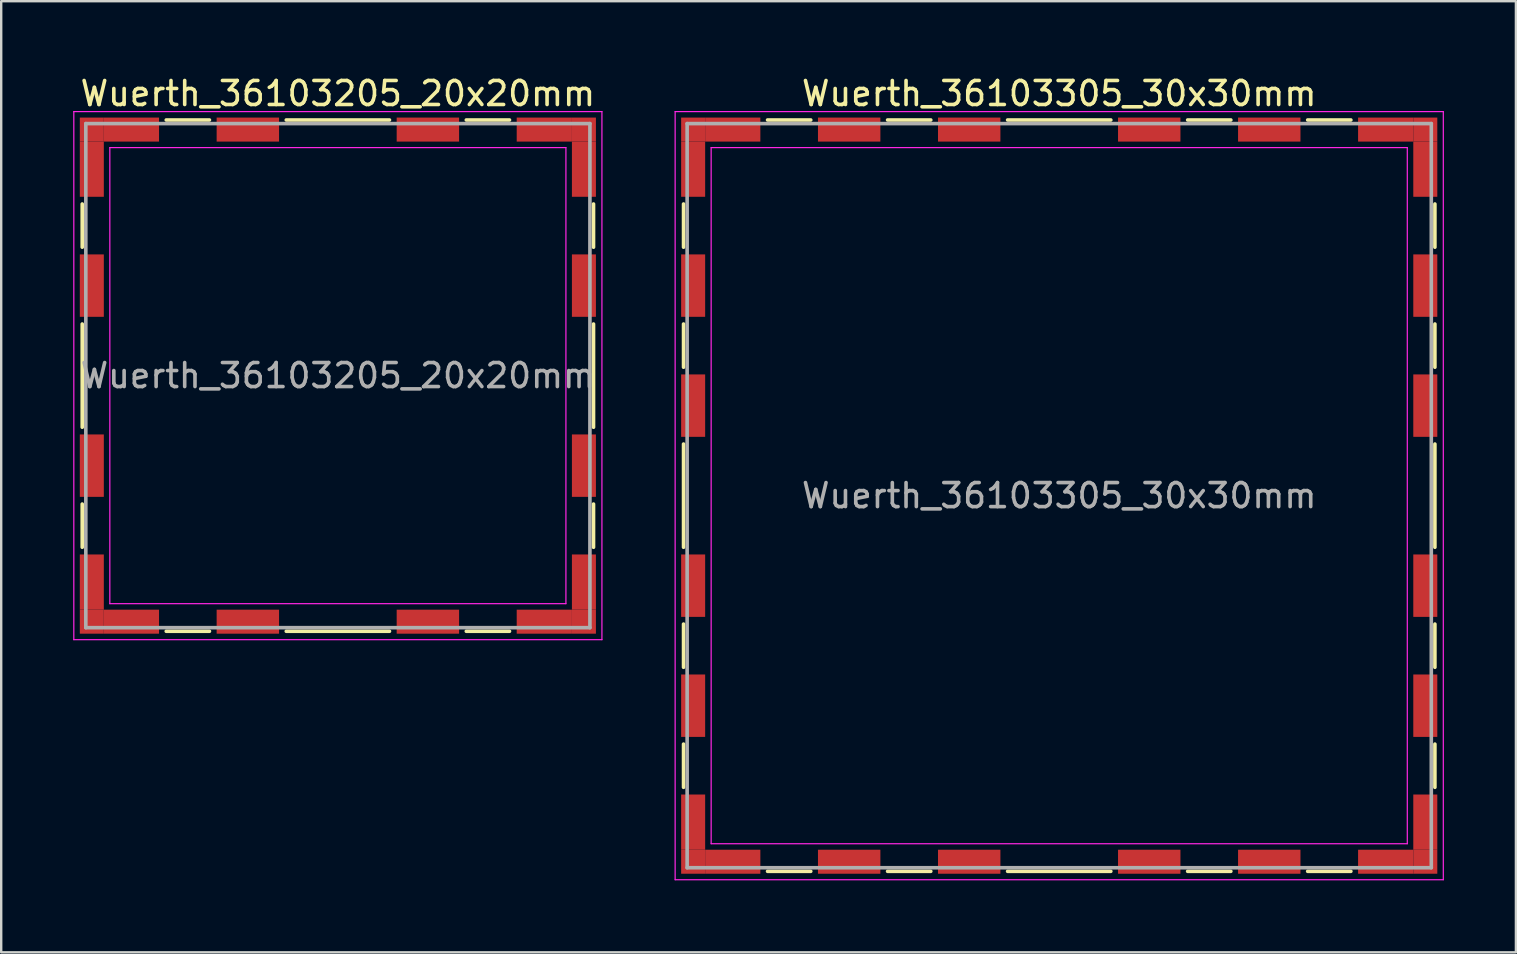
<source format=kicad_pcb>
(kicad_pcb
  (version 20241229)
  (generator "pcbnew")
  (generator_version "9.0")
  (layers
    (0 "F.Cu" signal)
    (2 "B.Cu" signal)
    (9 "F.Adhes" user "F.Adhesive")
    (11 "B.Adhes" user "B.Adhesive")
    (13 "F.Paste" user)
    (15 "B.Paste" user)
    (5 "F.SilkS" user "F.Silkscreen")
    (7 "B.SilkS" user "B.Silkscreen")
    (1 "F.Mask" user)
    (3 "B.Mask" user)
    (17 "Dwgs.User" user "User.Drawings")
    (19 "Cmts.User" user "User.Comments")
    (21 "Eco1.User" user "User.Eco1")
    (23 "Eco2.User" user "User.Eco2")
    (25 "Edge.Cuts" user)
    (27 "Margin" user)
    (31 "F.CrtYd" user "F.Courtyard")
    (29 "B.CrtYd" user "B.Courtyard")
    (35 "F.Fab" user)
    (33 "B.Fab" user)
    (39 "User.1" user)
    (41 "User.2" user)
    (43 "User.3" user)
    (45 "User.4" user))
  (footprint "Wuerth_36103305_30x30mm"
    (layer "F.Cu")
    (at 41.075 17.598)
    (property "Reference" "Wuerth_36103305_30x30mm" (at 0 -16.75 0) (layer "F.SilkS") (effects (font (size 1 1) (thickness 0.15))))
    (attr smd)
    (fp_line (start -15.65 -12.15) (end -15.65 -10.35) (stroke (width 0.15) (type solid)) (layer "F.SilkS"))
    (fp_line (start -15.65 -7.15) (end -15.65 -5.35) (stroke (width 0.15) (type solid)) (layer "F.SilkS"))
    (fp_line (start -15.65 -2.15) (end -15.65 2.15) (stroke (width 0.15) (type solid)) (layer "F.SilkS"))
    (fp_line (start -15.65 5.35) (end -15.65 7.15) (stroke (width 0.15) (type solid)) (layer "F.SilkS"))
    (fp_line (start -15.65 10.35) (end -15.65 12.15) (stroke (width 0.15) (type solid)) (layer "F.SilkS"))
    (fp_line (start -12.15 -15.65) (end -10.35 -15.65) (stroke (width 0.15) (type solid)) (layer "F.SilkS"))
    (fp_line (start -12.15 15.65) (end -10.35 15.65) (stroke (width 0.15) (type solid)) (layer "F.SilkS"))
    (fp_line (start -7.15 -15.65) (end -5.35 -15.65) (stroke (width 0.15) (type solid)) (layer "F.SilkS"))
    (fp_line (start -7.15 15.65) (end -5.35 15.65) (stroke (width 0.15) (type solid)) (layer "F.SilkS"))
    (fp_line (start -2.15 -15.65) (end 2.15 -15.65) (stroke (width 0.15) (type solid)) (layer "F.SilkS"))
    (fp_line (start -2.15 15.65) (end 2.15 15.65) (stroke (width 0.15) (type solid)) (layer "F.SilkS"))
    (fp_line (start 5.35 -15.65) (end 7.15 -15.65) (stroke (width 0.15) (type solid)) (layer "F.SilkS"))
    (fp_line (start 5.35 15.65) (end 7.15 15.65) (stroke (width 0.15) (type solid)) (layer "F.SilkS"))
    (fp_line (start 10.35 -15.65) (end 12.15 -15.65) (stroke (width 0.15) (type solid)) (layer "F.SilkS"))
    (fp_line (start 10.35 15.65) (end 12.15 15.65) (stroke (width 0.15) (type solid)) (layer "F.SilkS"))
    (fp_line (start 15.65 -12.15) (end 15.65 -10.35) (stroke (width 0.15) (type solid)) (layer "F.SilkS"))
    (fp_line (start 15.65 -7.15) (end 15.65 -5.35) (stroke (width 0.15) (type solid)) (layer "F.SilkS"))
    (fp_line (start 15.65 -2.15) (end 15.65 2.15) (stroke (width 0.15) (type solid)) (layer "F.SilkS"))
    (fp_line (start 15.65 5.35) (end 15.65 7.15) (stroke (width 0.15) (type solid)) (layer "F.SilkS"))
    (fp_line (start 15.65 10.35) (end 15.65 12.15) (stroke (width 0.15) (type solid)) (layer "F.SilkS"))
    (fp_line (start -16 -16) (end -16 16) (stroke (width 0.05) (type solid)) (layer "F.CrtYd"))
    (fp_line (start -16 16) (end 16 16) (stroke (width 0.05) (type solid)) (layer "F.CrtYd"))
    (fp_line (start -14.5 -14.5) (end -14.5 14.5) (stroke (width 0.05) (type solid)) (layer "F.CrtYd"))
    (fp_line (start -14.5 14.5) (end 14.5 14.5) (stroke (width 0.05) (type solid)) (layer "F.CrtYd"))
    (fp_line (start 14.5 -14.5) (end -14.5 -14.5) (stroke (width 0.05) (type solid)) (layer "F.CrtYd"))
    (fp_line (start 14.5 14.5) (end 14.5 -14.5) (stroke (width 0.05) (type solid)) (layer "F.CrtYd"))
    (fp_line (start 16 -16) (end -16 -16) (stroke (width 0.05) (type solid)) (layer "F.CrtYd"))
    (fp_line (start 16 16) (end 16 -16) (stroke (width 0.05) (type solid)) (layer "F.CrtYd"))
    (fp_line (start -15.5 -15.5) (end -15.5 15.5) (stroke (width 0.15) (type solid)) (layer "F.Fab"))
    (fp_line (start -15.5 15.5) (end 15.5 15.5) (stroke (width 0.15) (type solid)) (layer "F.Fab"))
    (fp_line (start 15.5 -15.5) (end -15.5 -15.5) (stroke (width 0.15) (type solid)) (layer "F.Fab"))
    (fp_line (start 15.5 15.5) (end 15.5 -15.5) (stroke (width 0.15) (type solid)) (layer "F.Fab"))
    (fp_text user "${REFERENCE}" (at 0 0 0) (layer "F.Fab") (effects (font (size 1 1) (thickness 0.15))))
    (pad "1" smd rect (at -15.25 -15.25) (size 1 1) (layers "F.Cu" "F.Mask"))
    (pad "1" smd rect (at -15.25 -13.6) (size 1 2.3) (layers "F.Cu" "F.Mask"))
    (pad "1" smd rect (at -15.25 -8.75) (size 1 2.6) (layers "F.Cu" "F.Mask"))
    (pad "1" smd rect (at -15.25 -3.75) (size 1 2.6) (layers "F.Cu" "F.Mask"))
    (pad "1" smd rect (at -15.25 3.75) (size 1 2.6) (layers "F.Cu" "F.Mask"))
    (pad "1" smd rect (at -15.25 8.75) (size 1 2.6) (layers "F.Cu" "F.Mask"))
    (pad "1" smd rect (at -15.25 13.6) (size 1 2.3) (layers "F.Cu" "F.Mask"))
    (pad "1" smd rect (at -15.25 15.25) (size 1 1) (layers "F.Cu" "F.Mask"))
    (pad "1" smd rect (at -13.6 -15.25) (size 2.3 1) (layers "F.Cu" "F.Mask"))
    (pad "1" smd rect (at -13.6 15.25) (size 2.3 1) (layers "F.Cu" "F.Mask"))
    (pad "1" smd rect (at -8.75 -15.25) (size 2.6 1) (layers "F.Cu" "F.Mask"))
    (pad "1" smd rect (at -8.75 15.25) (size 2.6 1) (layers "F.Cu" "F.Mask"))
    (pad "1" smd rect (at -3.75 -15.25) (size 2.6 1) (layers "F.Cu" "F.Mask"))
    (pad "1" smd rect (at -3.75 15.25) (size 2.6 1) (layers "F.Cu" "F.Mask"))
    (pad "1" smd rect (at 3.75 -15.25) (size 2.6 1) (layers "F.Cu" "F.Mask"))
    (pad "1" smd rect (at 3.75 15.25) (size 2.6 1) (layers "F.Cu" "F.Mask"))
    (pad "1" smd rect (at 8.75 -15.25) (size 2.6 1) (layers "F.Cu" "F.Mask"))
    (pad "1" smd rect (at 8.75 15.25) (size 2.6 1) (layers "F.Cu" "F.Mask"))
    (pad "1" smd rect (at 13.6 -15.25) (size 2.3 1) (layers "F.Cu" "F.Mask"))
    (pad "1" smd rect (at 13.6 15.25) (size 2.3 1) (layers "F.Cu" "F.Mask"))
    (pad "1" smd rect (at 15.25 -15.25) (size 1 1) (layers "F.Cu" "F.Mask"))
    (pad "1" smd rect (at 15.25 -13.6) (size 1 2.3) (layers "F.Cu" "F.Mask"))
    (pad "1" smd rect (at 15.25 -8.75) (size 1 2.6) (layers "F.Cu" "F.Mask"))
    (pad "1" smd rect (at 15.25 -3.75) (size 1 2.6) (layers "F.Cu" "F.Mask"))
    (pad "1" smd rect (at 15.25 3.75) (size 1 2.6) (layers "F.Cu" "F.Mask"))
    (pad "1" smd rect (at 15.25 8.75) (size 1 2.6) (layers "F.Cu" "F.Mask"))
    (pad "1" smd rect (at 15.25 13.6) (size 1 2.3) (layers "F.Cu" "F.Mask"))
    (pad "1" smd rect (at 15.25 15.25) (size 1 1) (layers "F.Cu" "F.Mask")))
  (footprint "Wuerth_36103205_20x20mm"
    (layer "F.Cu")
    (at 11.025 12.598)
    (property "Reference" "Wuerth_36103205_20x20mm" (at 0 -11.75 0) (layer "F.SilkS") (effects (font (size 1 1) (thickness 0.15))))
    (attr smd)
    (fp_line (start -10.65 -7.15) (end -10.65 -5.35) (stroke (width 0.15) (type solid)) (layer "F.SilkS"))
    (fp_line (start -10.65 -2.15) (end -10.65 2.15) (stroke (width 0.15) (type solid)) (layer "F.SilkS"))
    (fp_line (start -10.65 5.35) (end -10.65 7.15) (stroke (width 0.15) (type solid)) (layer "F.SilkS"))
    (fp_line (start -7.15 -10.65) (end -5.35 -10.65) (stroke (width 0.15) (type solid)) (layer "F.SilkS"))
    (fp_line (start -7.15 10.65) (end -5.35 10.65) (stroke (width 0.15) (type solid)) (layer "F.SilkS"))
    (fp_line (start -2.15 -10.65) (end 2.15 -10.65) (stroke (width 0.15) (type solid)) (layer "F.SilkS"))
    (fp_line (start -2.15 10.65) (end 2.15 10.65) (stroke (width 0.15) (type solid)) (layer "F.SilkS"))
    (fp_line (start 5.35 -10.65) (end 7.15 -10.65) (stroke (width 0.15) (type solid)) (layer "F.SilkS"))
    (fp_line (start 5.35 10.65) (end 7.15 10.65) (stroke (width 0.15) (type solid)) (layer "F.SilkS"))
    (fp_line (start 10.65 -7.15) (end 10.65 -5.35) (stroke (width 0.15) (type solid)) (layer "F.SilkS"))
    (fp_line (start 10.65 -2.15) (end 10.65 2.15) (stroke (width 0.15) (type solid)) (layer "F.SilkS"))
    (fp_line (start 10.65 5.35) (end 10.65 7.15) (stroke (width 0.15) (type solid)) (layer "F.SilkS"))
    (fp_line (start -11 -11) (end -11 11) (stroke (width 0.05) (type solid)) (layer "F.CrtYd"))
    (fp_line (start -11 11) (end 11 11) (stroke (width 0.05) (type solid)) (layer "F.CrtYd"))
    (fp_line (start -9.5 -9.5) (end -9.5 9.5) (stroke (width 0.05) (type solid)) (layer "F.CrtYd"))
    (fp_line (start -9.5 9.5) (end 9.5 9.5) (stroke (width 0.05) (type solid)) (layer "F.CrtYd"))
    (fp_line (start 9.5 -9.5) (end -9.5 -9.5) (stroke (width 0.05) (type solid)) (layer "F.CrtYd"))
    (fp_line (start 9.5 9.5) (end 9.5 -9.5) (stroke (width 0.05) (type solid)) (layer "F.CrtYd"))
    (fp_line (start 11 -11) (end -11 -11) (stroke (width 0.05) (type solid)) (layer "F.CrtYd"))
    (fp_line (start 11 11) (end 11 -11) (stroke (width 0.05) (type solid)) (layer "F.CrtYd"))
    (fp_line (start -10.5 -10.5) (end -10.5 10.5) (stroke (width 0.15) (type solid)) (layer "F.Fab"))
    (fp_line (start -10.5 10.5) (end 10.5 10.5) (stroke (width 0.15) (type solid)) (layer "F.Fab"))
    (fp_line (start 10.5 -10.5) (end -10.5 -10.5) (stroke (width 0.15) (type solid)) (layer "F.Fab"))
    (fp_line (start 10.5 10.5) (end 10.5 -10.5) (stroke (width 0.15) (type solid)) (layer "F.Fab"))
    (fp_text user "${REFERENCE}" (at 0 0 0) (layer "F.Fab") (effects (font (size 1 1) (thickness 0.15))))
    (pad "1" smd rect (at -10.25 -10.25) (size 1 1) (layers "F.Cu" "F.Mask"))
    (pad "1" smd rect (at -10.25 -8.6) (size 1 2.3) (layers "F.Cu" "F.Mask"))
    (pad "1" smd rect (at -10.25 -3.75) (size 1 2.6) (layers "F.Cu" "F.Mask"))
    (pad "1" smd rect (at -10.25 3.75) (size 1 2.6) (layers "F.Cu" "F.Mask"))
    (pad "1" smd rect (at -10.25 8.6) (size 1 2.3) (layers "F.Cu" "F.Mask"))
    (pad "1" smd rect (at -10.25 10.25) (size 1 1) (layers "F.Cu" "F.Mask"))
    (pad "1" smd rect (at -8.6 -10.25) (size 2.3 1) (layers "F.Cu" "F.Mask"))
    (pad "1" smd rect (at -8.6 10.25) (size 2.3 1) (layers "F.Cu" "F.Mask"))
    (pad "1" smd rect (at -3.75 -10.25) (size 2.6 1) (layers "F.Cu" "F.Mask"))
    (pad "1" smd rect (at -3.75 10.25) (size 2.6 1) (layers "F.Cu" "F.Mask"))
    (pad "1" smd rect (at 3.75 -10.25) (size 2.6 1) (layers "F.Cu" "F.Mask"))
    (pad "1" smd rect (at 3.75 10.25) (size 2.6 1) (layers "F.Cu" "F.Mask"))
    (pad "1" smd rect (at 8.6 -10.25) (size 2.3 1) (layers "F.Cu" "F.Mask"))
    (pad "1" smd rect (at 8.6 10.25) (size 2.3 1) (layers "F.Cu" "F.Mask"))
    (pad "1" smd rect (at 10.25 -10.25) (size 1 1) (layers "F.Cu" "F.Mask"))
    (pad "1" smd rect (at 10.25 -8.6) (size 1 2.3) (layers "F.Cu" "F.Mask"))
    (pad "1" smd rect (at 10.25 -3.75) (size 1 2.6) (layers "F.Cu" "F.Mask"))
    (pad "1" smd rect (at 10.25 3.75) (size 1 2.6) (layers "F.Cu" "F.Mask"))
    (pad "1" smd rect (at 10.25 8.6) (size 1 2.3) (layers "F.Cu" "F.Mask"))
    (pad "1" smd rect (at 10.25 10.25) (size 1 1) (layers "F.Cu" "F.Mask")))
  (gr_rect
    (start -3 -3)
    (end 60.1 36.623)
    (stroke (width 0.1) (type default))
    (fill no)
    (layer "Edge.Cuts")))
</source>
